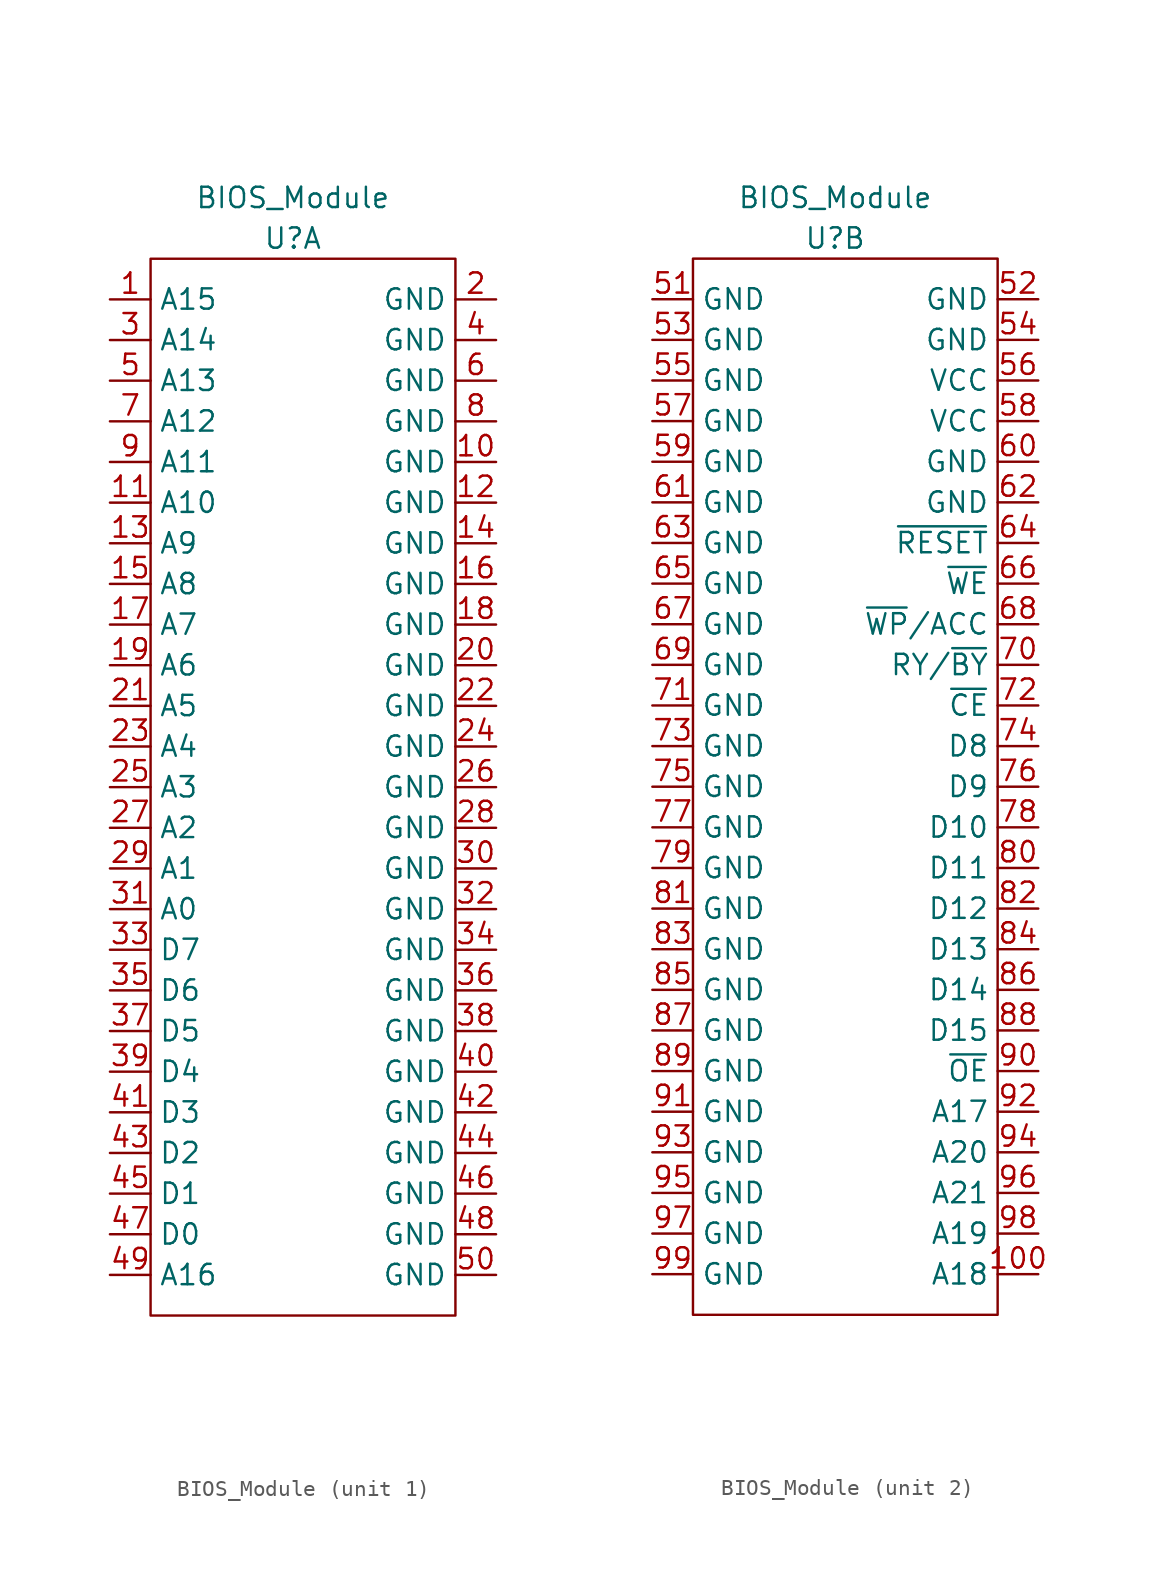
<source format=kicad_sym>
(kicad_symbol_lib
  (version 20220914)
  (generator kicad_symbol_editor)
  (symbol "BIOS_Module"
    (property "Reference" "U"
      (at 0 34.29 0)
      (effects (font (size 1.27 1.27))))
    (property "Value" "BIOS_Module"
      (at 0 36.83 0)
      (effects (font (size 1.27 1.27))))
    (property "ki_locked" ""
      (at 0 0 0)
      (effects (font (size 1.27 1.27))))
    (symbol "BIOS_Module_0_1"
      (rectangle (start -8.89 33.02) (end 10.16 -33.02) (stroke (width 0) (type default)) (fill (type none))))
    (symbol "BIOS_Module_1_1"
      (pin input line (at -11.43 30.48 0) (length 2.54) (name "A15" (effects (font (size 1.27 1.27)))) (number "1" (effects (font (size 1.27 1.27)))))
      (pin input line (at 12.7 20.32 180) (length 2.54) (name "GND" (effects (font (size 1.27 1.27)))) (number "10" (effects (font (size 1.27 1.27)))))
      (pin input line (at -11.43 17.78 0) (length 2.54) (name "A10" (effects (font (size 1.27 1.27)))) (number "11" (effects (font (size 1.27 1.27)))))
      (pin input line (at 12.7 17.78 180) (length 2.54) (name "GND" (effects (font (size 1.27 1.27)))) (number "12" (effects (font (size 1.27 1.27)))))
      (pin input line (at -11.43 15.24 0) (length 2.54) (name "A9" (effects (font (size 1.27 1.27)))) (number "13" (effects (font (size 1.27 1.27)))))
      (pin input line (at 12.7 15.24 180) (length 2.54) (name "GND" (effects (font (size 1.27 1.27)))) (number "14" (effects (font (size 1.27 1.27)))))
      (pin input line (at -11.43 12.7 0) (length 2.54) (name "A8" (effects (font (size 1.27 1.27)))) (number "15" (effects (font (size 1.27 1.27)))))
      (pin input line (at 12.7 12.7 180) (length 2.54) (name "GND" (effects (font (size 1.27 1.27)))) (number "16" (effects (font (size 1.27 1.27)))))
      (pin input line (at -11.43 10.16 0) (length 2.54) (name "A7" (effects (font (size 1.27 1.27)))) (number "17" (effects (font (size 1.27 1.27)))))
      (pin input line (at 12.7 10.16 180) (length 2.54) (name "GND" (effects (font (size 1.27 1.27)))) (number "18" (effects (font (size 1.27 1.27)))))
      (pin input line (at -11.43 7.62 0) (length 2.54) (name "A6" (effects (font (size 1.27 1.27)))) (number "19" (effects (font (size 1.27 1.27)))))
      (pin input line (at 12.7 30.48 180) (length 2.54) (name "GND" (effects (font (size 1.27 1.27)))) (number "2" (effects (font (size 1.27 1.27)))))
      (pin input line (at 12.7 7.62 180) (length 2.54) (name "GND" (effects (font (size 1.27 1.27)))) (number "20" (effects (font (size 1.27 1.27)))))
      (pin input line (at -11.43 5.08 0) (length 2.54) (name "A5" (effects (font (size 1.27 1.27)))) (number "21" (effects (font (size 1.27 1.27)))))
      (pin input line (at 12.7 5.08 180) (length 2.54) (name "GND" (effects (font (size 1.27 1.27)))) (number "22" (effects (font (size 1.27 1.27)))))
      (pin input line (at -11.43 2.54 0) (length 2.54) (name "A4" (effects (font (size 1.27 1.27)))) (number "23" (effects (font (size 1.27 1.27)))))
      (pin input line (at 12.7 2.54 180) (length 2.54) (name "GND" (effects (font (size 1.27 1.27)))) (number "24" (effects (font (size 1.27 1.27)))))
      (pin input line (at -11.43 0 0) (length 2.54) (name "A3" (effects (font (size 1.27 1.27)))) (number "25" (effects (font (size 1.27 1.27)))))
      (pin input line (at 12.7 0 180) (length 2.54) (name "GND" (effects (font (size 1.27 1.27)))) (number "26" (effects (font (size 1.27 1.27)))))
      (pin input line (at -11.43 -2.54 0) (length 2.54) (name "A2" (effects (font (size 1.27 1.27)))) (number "27" (effects (font (size 1.27 1.27)))))
      (pin input line (at 12.7 -2.54 180) (length 2.54) (name "GND" (effects (font (size 1.27 1.27)))) (number "28" (effects (font (size 1.27 1.27)))))
      (pin input line (at -11.43 -5.08 0) (length 2.54) (name "A1" (effects (font (size 1.27 1.27)))) (number "29" (effects (font (size 1.27 1.27)))))
      (pin input line (at -11.43 27.94 0) (length 2.54) (name "A14" (effects (font (size 1.27 1.27)))) (number "3" (effects (font (size 1.27 1.27)))))
      (pin input line (at 12.7 -5.08 180) (length 2.54) (name "GND" (effects (font (size 1.27 1.27)))) (number "30" (effects (font (size 1.27 1.27)))))
      (pin input line (at -11.43 -7.62 0) (length 2.54) (name "A0" (effects (font (size 1.27 1.27)))) (number "31" (effects (font (size 1.27 1.27)))))
      (pin input line (at 12.7 -7.62 180) (length 2.54) (name "GND" (effects (font (size 1.27 1.27)))) (number "32" (effects (font (size 1.27 1.27)))))
      (pin input line (at -11.43 -10.16 0) (length 2.54) (name "D7" (effects (font (size 1.27 1.27)))) (number "33" (effects (font (size 1.27 1.27)))))
      (pin input line (at 12.7 -10.16 180) (length 2.54) (name "GND" (effects (font (size 1.27 1.27)))) (number "34" (effects (font (size 1.27 1.27)))))
      (pin input line (at -11.43 -12.7 0) (length 2.54) (name "D6" (effects (font (size 1.27 1.27)))) (number "35" (effects (font (size 1.27 1.27)))))
      (pin input line (at 12.7 -12.7 180) (length 2.54) (name "GND" (effects (font (size 1.27 1.27)))) (number "36" (effects (font (size 1.27 1.27)))))
      (pin input line (at -11.43 -15.24 0) (length 2.54) (name "D5" (effects (font (size 1.27 1.27)))) (number "37" (effects (font (size 1.27 1.27)))))
      (pin input line (at 12.7 -15.24 180) (length 2.54) (name "GND" (effects (font (size 1.27 1.27)))) (number "38" (effects (font (size 1.27 1.27)))))
      (pin input line (at -11.43 -17.78 0) (length 2.54) (name "D4" (effects (font (size 1.27 1.27)))) (number "39" (effects (font (size 1.27 1.27)))))
      (pin input line (at 12.7 27.94 180) (length 2.54) (name "GND" (effects (font (size 1.27 1.27)))) (number "4" (effects (font (size 1.27 1.27)))))
      (pin input line (at 12.7 -17.78 180) (length 2.54) (name "GND" (effects (font (size 1.27 1.27)))) (number "40" (effects (font (size 1.27 1.27)))))
      (pin input line (at -11.43 -20.32 0) (length 2.54) (name "D3" (effects (font (size 1.27 1.27)))) (number "41" (effects (font (size 1.27 1.27)))))
      (pin input line (at 12.7 -20.32 180) (length 2.54) (name "GND" (effects (font (size 1.27 1.27)))) (number "42" (effects (font (size 1.27 1.27)))))
      (pin input line (at -11.43 -22.86 0) (length 2.54) (name "D2" (effects (font (size 1.27 1.27)))) (number "43" (effects (font (size 1.27 1.27)))))
      (pin input line (at 12.7 -22.86 180) (length 2.54) (name "GND" (effects (font (size 1.27 1.27)))) (number "44" (effects (font (size 1.27 1.27)))))
      (pin input line (at -11.43 -25.4 0) (length 2.54) (name "D1" (effects (font (size 1.27 1.27)))) (number "45" (effects (font (size 1.27 1.27)))))
      (pin input line (at 12.7 -25.4 180) (length 2.54) (name "GND" (effects (font (size 1.27 1.27)))) (number "46" (effects (font (size 1.27 1.27)))))
      (pin input line (at -11.43 -27.94 0) (length 2.54) (name "D0" (effects (font (size 1.27 1.27)))) (number "47" (effects (font (size 1.27 1.27)))))
      (pin input line (at 12.7 -27.94 180) (length 2.54) (name "GND" (effects (font (size 1.27 1.27)))) (number "48" (effects (font (size 1.27 1.27)))))
      (pin input line (at -11.43 -30.48 0) (length 2.54) (name "A16" (effects (font (size 1.27 1.27)))) (number "49" (effects (font (size 1.27 1.27)))))
      (pin input line (at -11.43 25.4 0) (length 2.54) (name "A13" (effects (font (size 1.27 1.27)))) (number "5" (effects (font (size 1.27 1.27)))))
      (pin input line (at 12.7 -30.48 180) (length 2.54) (name "GND" (effects (font (size 1.27 1.27)))) (number "50" (effects (font (size 1.27 1.27)))))
      (pin input line (at 12.7 25.4 180) (length 2.54) (name "GND" (effects (font (size 1.27 1.27)))) (number "6" (effects (font (size 1.27 1.27)))))
      (pin input line (at -11.43 22.86 0) (length 2.54) (name "A12" (effects (font (size 1.27 1.27)))) (number "7" (effects (font (size 1.27 1.27)))))
      (pin input line (at 12.7 22.86 180) (length 2.54) (name "GND" (effects (font (size 1.27 1.27)))) (number "8" (effects (font (size 1.27 1.27)))))
      (pin input line (at -11.43 20.32 0) (length 2.54) (name "A11" (effects (font (size 1.27 1.27)))) (number "9" (effects (font (size 1.27 1.27)))))
      (pin no_connect line (at -3.81 -35.56 90) (length 2.54) hide (name "MP" (effects (font (size 1.27 1.27)))) (number "MP1" (effects (font (size 1.27 1.27)))))
      (pin no_connect line (at -1.27 -35.56 90) (length 2.54) hide (name "MP" (effects (font (size 1.27 1.27)))) (number "MP2" (effects (font (size 1.27 1.27)))))
      (pin no_connect line (at 1.27 -35.56 90) (length 2.54) hide (name "MP" (effects (font (size 1.27 1.27)))) (number "MP3" (effects (font (size 1.27 1.27)))))
      (pin no_connect line (at 3.81 -35.56 90) (length 2.54) hide (name "MP" (effects (font (size 1.27 1.27)))) (number "MP4" (effects (font (size 1.27 1.27))))))
    (symbol "BIOS_Module_2_1"
      (pin input line (at 12.7 -30.48 180) (length 2.54) (name "A18" (effects (font (size 1.27 1.27)))) (number "100" (effects (font (size 1.27 1.27)))))
      (pin input line (at -11.43 30.48 0) (length 2.54) (name "GND" (effects (font (size 1.27 1.27)))) (number "51" (effects (font (size 1.27 1.27)))))
      (pin input line (at 12.7 30.48 180) (length 2.54) (name "GND" (effects (font (size 1.27 1.27)))) (number "52" (effects (font (size 1.27 1.27)))))
      (pin input line (at -11.43 27.94 0) (length 2.54) (name "GND" (effects (font (size 1.27 1.27)))) (number "53" (effects (font (size 1.27 1.27)))))
      (pin input line (at 12.7 27.94 180) (length 2.54) (name "GND" (effects (font (size 1.27 1.27)))) (number "54" (effects (font (size 1.27 1.27)))))
      (pin input line (at -11.43 25.4 0) (length 2.54) (name "GND" (effects (font (size 1.27 1.27)))) (number "55" (effects (font (size 1.27 1.27)))))
      (pin input line (at 12.7 25.4 180) (length 2.54) (name "VCC" (effects (font (size 1.27 1.27)))) (number "56" (effects (font (size 1.27 1.27)))))
      (pin input line (at -11.43 22.86 0) (length 2.54) (name "GND" (effects (font (size 1.27 1.27)))) (number "57" (effects (font (size 1.27 1.27)))))
      (pin input line (at 12.7 22.86 180) (length 2.54) (name "VCC" (effects (font (size 1.27 1.27)))) (number "58" (effects (font (size 1.27 1.27)))))
      (pin input line (at -11.43 20.32 0) (length 2.54) (name "GND" (effects (font (size 1.27 1.27)))) (number "59" (effects (font (size 1.27 1.27)))))
      (pin input line (at 12.7 20.32 180) (length 2.54) (name "GND" (effects (font (size 1.27 1.27)))) (number "60" (effects (font (size 1.27 1.27)))))
      (pin input line (at -11.43 17.78 0) (length 2.54) (name "GND" (effects (font (size 1.27 1.27)))) (number "61" (effects (font (size 1.27 1.27)))))
      (pin input line (at 12.7 17.78 180) (length 2.54) (name "GND" (effects (font (size 1.27 1.27)))) (number "62" (effects (font (size 1.27 1.27)))))
      (pin input line (at -11.43 15.24 0) (length 2.54) (name "GND" (effects (font (size 1.27 1.27)))) (number "63" (effects (font (size 1.27 1.27)))))
      (pin input line (at 12.7 15.24 180) (length 2.54) (name "~{RESET}" (effects (font (size 1.27 1.27)))) (number "64" (effects (font (size 1.27 1.27)))))
      (pin input line (at -11.43 12.7 0) (length 2.54) (name "GND" (effects (font (size 1.27 1.27)))) (number "65" (effects (font (size 1.27 1.27)))))
      (pin input line (at 12.7 12.7 180) (length 2.54) (name "~{WE}" (effects (font (size 1.27 1.27)))) (number "66" (effects (font (size 1.27 1.27)))))
      (pin input line (at -11.43 10.16 0) (length 2.54) (name "GND" (effects (font (size 1.27 1.27)))) (number "67" (effects (font (size 1.27 1.27)))))
      (pin input line (at 12.7 10.16 180) (length 2.54) (name "~{WP}/ACC" (effects (font (size 1.27 1.27)))) (number "68" (effects (font (size 1.27 1.27)))))
      (pin input line (at -11.43 7.62 0) (length 2.54) (name "GND" (effects (font (size 1.27 1.27)))) (number "69" (effects (font (size 1.27 1.27)))))
      (pin input line (at 12.7 7.62 180) (length 2.54) (name "RY/~{BY}" (effects (font (size 1.27 1.27)))) (number "70" (effects (font (size 1.27 1.27)))))
      (pin input line (at -11.43 5.08 0) (length 2.54) (name "GND" (effects (font (size 1.27 1.27)))) (number "71" (effects (font (size 1.27 1.27)))))
      (pin input line (at 12.7 5.08 180) (length 2.54) (name "~{CE}" (effects (font (size 1.27 1.27)))) (number "72" (effects (font (size 1.27 1.27)))))
      (pin input line (at -11.43 2.54 0) (length 2.54) (name "GND" (effects (font (size 1.27 1.27)))) (number "73" (effects (font (size 1.27 1.27)))))
      (pin input line (at 12.7 2.54 180) (length 2.54) (name "D8" (effects (font (size 1.27 1.27)))) (number "74" (effects (font (size 1.27 1.27)))))
      (pin input line (at -11.43 0 0) (length 2.54) (name "GND" (effects (font (size 1.27 1.27)))) (number "75" (effects (font (size 1.27 1.27)))))
      (pin input line (at 12.7 0 180) (length 2.54) (name "D9" (effects (font (size 1.27 1.27)))) (number "76" (effects (font (size 1.27 1.27)))))
      (pin input line (at -11.43 -2.54 0) (length 2.54) (name "GND" (effects (font (size 1.27 1.27)))) (number "77" (effects (font (size 1.27 1.27)))))
      (pin input line (at 12.7 -2.54 180) (length 2.54) (name "D10" (effects (font (size 1.27 1.27)))) (number "78" (effects (font (size 1.27 1.27)))))
      (pin input line (at -11.43 -5.08 0) (length 2.54) (name "GND" (effects (font (size 1.27 1.27)))) (number "79" (effects (font (size 1.27 1.27)))))
      (pin input line (at 12.7 -5.08 180) (length 2.54) (name "D11" (effects (font (size 1.27 1.27)))) (number "80" (effects (font (size 1.27 1.27)))))
      (pin input line (at -11.43 -7.62 0) (length 2.54) (name "GND" (effects (font (size 1.27 1.27)))) (number "81" (effects (font (size 1.27 1.27)))))
      (pin input line (at 12.7 -7.62 180) (length 2.54) (name "D12" (effects (font (size 1.27 1.27)))) (number "82" (effects (font (size 1.27 1.27)))))
      (pin input line (at -11.43 -10.16 0) (length 2.54) (name "GND" (effects (font (size 1.27 1.27)))) (number "83" (effects (font (size 1.27 1.27)))))
      (pin input line (at 12.7 -10.16 180) (length 2.54) (name "D13" (effects (font (size 1.27 1.27)))) (number "84" (effects (font (size 1.27 1.27)))))
      (pin input line (at -11.43 -12.7 0) (length 2.54) (name "GND" (effects (font (size 1.27 1.27)))) (number "85" (effects (font (size 1.27 1.27)))))
      (pin input line (at 12.7 -12.7 180) (length 2.54) (name "D14" (effects (font (size 1.27 1.27)))) (number "86" (effects (font (size 1.27 1.27)))))
      (pin input line (at -11.43 -15.24 0) (length 2.54) (name "GND" (effects (font (size 1.27 1.27)))) (number "87" (effects (font (size 1.27 1.27)))))
      (pin input line (at 12.7 -15.24 180) (length 2.54) (name "D15" (effects (font (size 1.27 1.27)))) (number "88" (effects (font (size 1.27 1.27)))))
      (pin input line (at -11.43 -17.78 0) (length 2.54) (name "GND" (effects (font (size 1.27 1.27)))) (number "89" (effects (font (size 1.27 1.27)))))
      (pin input line (at 12.7 -17.78 180) (length 2.54) (name "~{OE}" (effects (font (size 1.27 1.27)))) (number "90" (effects (font (size 1.27 1.27)))))
      (pin input line (at -11.43 -20.32 0) (length 2.54) (name "GND" (effects (font (size 1.27 1.27)))) (number "91" (effects (font (size 1.27 1.27)))))
      (pin input line (at 12.7 -20.32 180) (length 2.54) (name "A17" (effects (font (size 1.27 1.27)))) (number "92" (effects (font (size 1.27 1.27)))))
      (pin input line (at -11.43 -22.86 0) (length 2.54) (name "GND" (effects (font (size 1.27 1.27)))) (number "93" (effects (font (size 1.27 1.27)))))
      (pin input line (at 12.7 -22.86 180) (length 2.54) (name "A20" (effects (font (size 1.27 1.27)))) (number "94" (effects (font (size 1.27 1.27)))))
      (pin input line (at -11.43 -25.4 0) (length 2.54) (name "GND" (effects (font (size 1.27 1.27)))) (number "95" (effects (font (size 1.27 1.27)))))
      (pin input line (at 12.7 -25.4 180) (length 2.54) (name "A21" (effects (font (size 1.27 1.27)))) (number "96" (effects (font (size 1.27 1.27)))))
      (pin input line (at -11.43 -27.94 0) (length 2.54) (name "GND" (effects (font (size 1.27 1.27)))) (number "97" (effects (font (size 1.27 1.27)))))
      (pin input line (at 12.7 -27.94 180) (length 2.54) (name "A19" (effects (font (size 1.27 1.27)))) (number "98" (effects (font (size 1.27 1.27)))))
      (pin input line (at -11.43 -30.48 0) (length 2.54) (name "GND" (effects (font (size 1.27 1.27)))) (number "99" (effects (font (size 1.27 1.27)))))
      (pin no_connect line (at -3.81 -35.56 90) (length 2.54) hide (name "MP" (effects (font (size 1.27 1.27)))) (number "MP5" (effects (font (size 1.27 1.27)))))
      (pin no_connect line (at -1.27 -35.56 90) (length 2.54) hide (name "MP" (effects (font (size 1.27 1.27)))) (number "MP6" (effects (font (size 1.27 1.27)))))
      (pin no_connect line (at 1.27 -35.56 90) (length 2.54) hide (name "MP" (effects (font (size 1.27 1.27)))) (number "MP7" (effects (font (size 1.27 1.27)))))
      (pin no_connect line (at 3.81 -35.56 90) (length 2.54) hide (name "MP" (effects (font (size 1.27 1.27)))) (number "MP8" (effects (font (size 1.27 1.27))))))))
</source>
